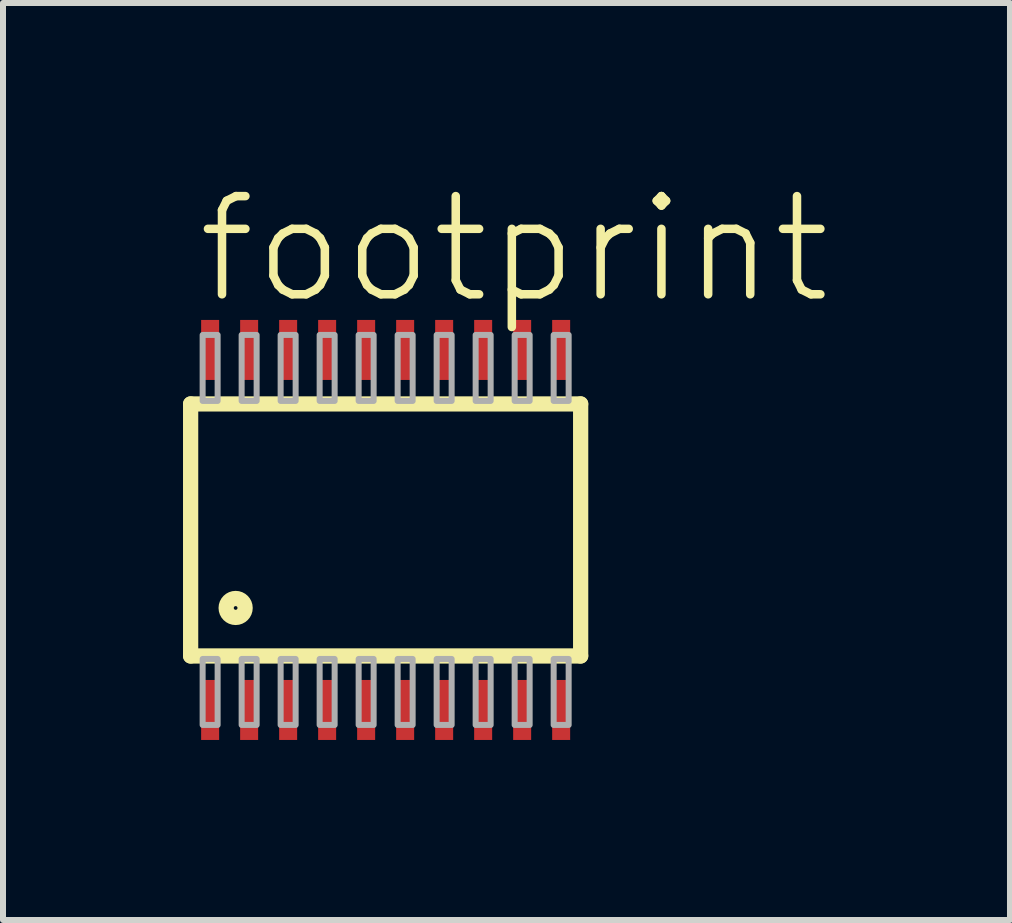
<source format=kicad_pcb>
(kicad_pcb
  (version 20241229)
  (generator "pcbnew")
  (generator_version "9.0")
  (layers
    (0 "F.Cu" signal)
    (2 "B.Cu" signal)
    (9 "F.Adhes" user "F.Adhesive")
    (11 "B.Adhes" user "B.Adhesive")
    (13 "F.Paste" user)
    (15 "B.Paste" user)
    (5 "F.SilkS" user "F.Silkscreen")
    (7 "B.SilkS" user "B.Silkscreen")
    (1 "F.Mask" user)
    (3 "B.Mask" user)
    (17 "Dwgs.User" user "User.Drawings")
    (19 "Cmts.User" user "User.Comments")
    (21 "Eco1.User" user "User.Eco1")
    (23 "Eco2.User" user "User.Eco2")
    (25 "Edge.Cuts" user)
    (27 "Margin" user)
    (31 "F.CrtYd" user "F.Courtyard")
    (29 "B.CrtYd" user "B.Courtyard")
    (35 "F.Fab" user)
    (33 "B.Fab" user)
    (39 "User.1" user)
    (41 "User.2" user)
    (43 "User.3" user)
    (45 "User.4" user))
  (footprint "footprint"
    (layer "F.Cu")
    (at 3.377 5.782)
    (property "Reference" "footprint" (at -3.21 -3.72 0) (layer "F.SilkS") (effects (font (size 1.636 1.636) (thickness 0.142)) (justify left bottom)))
    (fp_line (start -3.25 -2.1) (end -3.25 2.1) (stroke (width 0.254) (type solid)) (layer "F.SilkS"))
    (fp_line (start -3.25 2.1) (end 3.25 2.1) (stroke (width 0.254) (type solid)) (layer "F.SilkS"))
    (fp_line (start 3.25 -2.1) (end -3.25 -2.1) (stroke (width 0.254) (type solid)) (layer "F.SilkS"))
    (fp_line (start 3.25 2.1) (end 3.25 -2.1) (stroke (width 0.254) (type solid)) (layer "F.SilkS"))
    (fp_circle (center -2.5 1.3) (end -2.342 1.3) (stroke (width 0.254) (type solid)) (fill no) (layer "F.SilkS"))
    (fp_poly (pts (xy -3.05 -2.15) (xy -2.8 -2.15) (xy -2.8 -3.25) (xy -3.05 -3.25)) (stroke (width 0.1) (type solid)) (fill no) (layer "F.Fab"))
    (fp_poly (pts (xy -3.05 3.25) (xy -2.8 3.25) (xy -2.8 2.15) (xy -3.05 2.15)) (stroke (width 0.1) (type solid)) (fill no) (layer "F.Fab"))
    (fp_poly (pts (xy -2.4 -2.15) (xy -2.15 -2.15) (xy -2.15 -3.25) (xy -2.4 -3.25)) (stroke (width 0.1) (type solid)) (fill no) (layer "F.Fab"))
    (fp_poly (pts (xy -2.4 3.25) (xy -2.15 3.25) (xy -2.15 2.15) (xy -2.4 2.15)) (stroke (width 0.1) (type solid)) (fill no) (layer "F.Fab"))
    (fp_poly (pts (xy -1.75 -2.15) (xy -1.5 -2.15) (xy -1.5 -3.25) (xy -1.75 -3.25)) (stroke (width 0.1) (type solid)) (fill no) (layer "F.Fab"))
    (fp_poly (pts (xy -1.75 3.25) (xy -1.5 3.25) (xy -1.5 2.15) (xy -1.75 2.15)) (stroke (width 0.1) (type solid)) (fill no) (layer "F.Fab"))
    (fp_poly (pts (xy -1.1 -2.15) (xy -0.85 -2.15) (xy -0.85 -3.25) (xy -1.1 -3.25)) (stroke (width 0.1) (type solid)) (fill no) (layer "F.Fab"))
    (fp_poly (pts (xy -1.1 3.25) (xy -0.85 3.25) (xy -0.85 2.15) (xy -1.1 2.15)) (stroke (width 0.1) (type solid)) (fill no) (layer "F.Fab"))
    (fp_poly (pts (xy -0.45 -2.15) (xy -0.2 -2.15) (xy -0.2 -3.25) (xy -0.45 -3.25)) (stroke (width 0.1) (type solid)) (fill no) (layer "F.Fab"))
    (fp_poly (pts (xy -0.45 3.25) (xy -0.2 3.25) (xy -0.2 2.15) (xy -0.45 2.15)) (stroke (width 0.1) (type solid)) (fill no) (layer "F.Fab"))
    (fp_poly (pts (xy 0.2 -2.15) (xy 0.45 -2.15) (xy 0.45 -3.25) (xy 0.2 -3.25)) (stroke (width 0.1) (type solid)) (fill no) (layer "F.Fab"))
    (fp_poly (pts (xy 0.2 3.25) (xy 0.45 3.25) (xy 0.45 2.15) (xy 0.2 2.15)) (stroke (width 0.1) (type solid)) (fill no) (layer "F.Fab"))
    (fp_poly (pts (xy 0.85 -2.15) (xy 1.1 -2.15) (xy 1.1 -3.25) (xy 0.85 -3.25)) (stroke (width 0.1) (type solid)) (fill no) (layer "F.Fab"))
    (fp_poly (pts (xy 0.85 3.25) (xy 1.1 3.25) (xy 1.1 2.15) (xy 0.85 2.15)) (stroke (width 0.1) (type solid)) (fill no) (layer "F.Fab"))
    (fp_poly (pts (xy 1.5 -2.15) (xy 1.75 -2.15) (xy 1.75 -3.25) (xy 1.5 -3.25)) (stroke (width 0.1) (type solid)) (fill no) (layer "F.Fab"))
    (fp_poly (pts (xy 1.5 3.25) (xy 1.75 3.25) (xy 1.75 2.15) (xy 1.5 2.15)) (stroke (width 0.1) (type solid)) (fill no) (layer "F.Fab"))
    (fp_poly (pts (xy 2.15 -2.15) (xy 2.4 -2.15) (xy 2.4 -3.25) (xy 2.15 -3.25)) (stroke (width 0.1) (type solid)) (fill no) (layer "F.Fab"))
    (fp_poly (pts (xy 2.15 3.25) (xy 2.4 3.25) (xy 2.4 2.15) (xy 2.15 2.15)) (stroke (width 0.1) (type solid)) (fill no) (layer "F.Fab"))
    (fp_poly (pts (xy 2.8 -2.15) (xy 3.05 -2.15) (xy 3.05 -3.25) (xy 2.8 -3.25)) (stroke (width 0.1) (type solid)) (fill no) (layer "F.Fab"))
    (fp_poly (pts (xy 2.8 3.25) (xy 3.05 3.25) (xy 3.05 2.15) (xy 2.8 2.15)) (stroke (width 0.1) (type solid)) (fill no) (layer "F.Fab"))
    (pad "1" smd rect (at -2.925 3) (size 0.3 1) (layers "F.Cu" "F.Mask" "F.Paste"))
    (pad "2" smd rect (at -2.275 3) (size 0.3 1) (layers "F.Cu" "F.Mask" "F.Paste"))
    (pad "3" smd rect (at -1.625 3) (size 0.3 1) (layers "F.Cu" "F.Mask" "F.Paste"))
    (pad "4" smd rect (at -0.975 3) (size 0.3 1) (layers "F.Cu" "F.Mask" "F.Paste"))
    (pad "5" smd rect (at -0.325 3) (size 0.3 1) (layers "F.Cu" "F.Mask" "F.Paste"))
    (pad "6" smd rect (at 0.325 3) (size 0.3 1) (layers "F.Cu" "F.Mask" "F.Paste"))
    (pad "7" smd rect (at 0.975 3) (size 0.3 1) (layers "F.Cu" "F.Mask" "F.Paste"))
    (pad "8" smd rect (at 1.625 3) (size 0.3 1) (layers "F.Cu" "F.Mask" "F.Paste"))
    (pad "9" smd rect (at 2.275 3) (size 0.3 1) (layers "F.Cu" "F.Mask" "F.Paste"))
    (pad "10" smd rect (at 2.925 3) (size 0.3 1) (layers "F.Cu" "F.Mask" "F.Paste"))
    (pad "11" smd rect (at 2.925 -3) (size 0.3 1) (layers "F.Cu" "F.Mask" "F.Paste"))
    (pad "12" smd rect (at 2.275 -3) (size 0.3 1) (layers "F.Cu" "F.Mask" "F.Paste"))
    (pad "13" smd rect (at 1.625 -3) (size 0.3 1) (layers "F.Cu" "F.Mask" "F.Paste"))
    (pad "14" smd rect (at 0.975 -3) (size 0.3 1) (layers "F.Cu" "F.Mask" "F.Paste"))
    (pad "15" smd rect (at 0.325 -3) (size 0.3 1) (layers "F.Cu" "F.Mask" "F.Paste"))
    (pad "16" smd rect (at -0.325 -3) (size 0.3 1) (layers "F.Cu" "F.Mask" "F.Paste"))
    (pad "17" smd rect (at -0.975 -3) (size 0.3 1) (layers "F.Cu" "F.Mask" "F.Paste"))
    (pad "18" smd rect (at -1.625 -3) (size 0.3 1) (layers "F.Cu" "F.Mask" "F.Paste"))
    (pad "19" smd rect (at -2.275 -3) (size 0.3 1) (layers "F.Cu" "F.Mask" "F.Paste"))
    (pad "20" smd rect (at -2.925 -3) (size 0.3 1) (layers "F.Cu" "F.Mask" "F.Paste")))
  (gr_rect
    (start -3 -3)
    (end 13.782 12.282)
    (stroke (width 0.1) (type default))
    (fill no)
    (layer "Edge.Cuts")))
</source>
